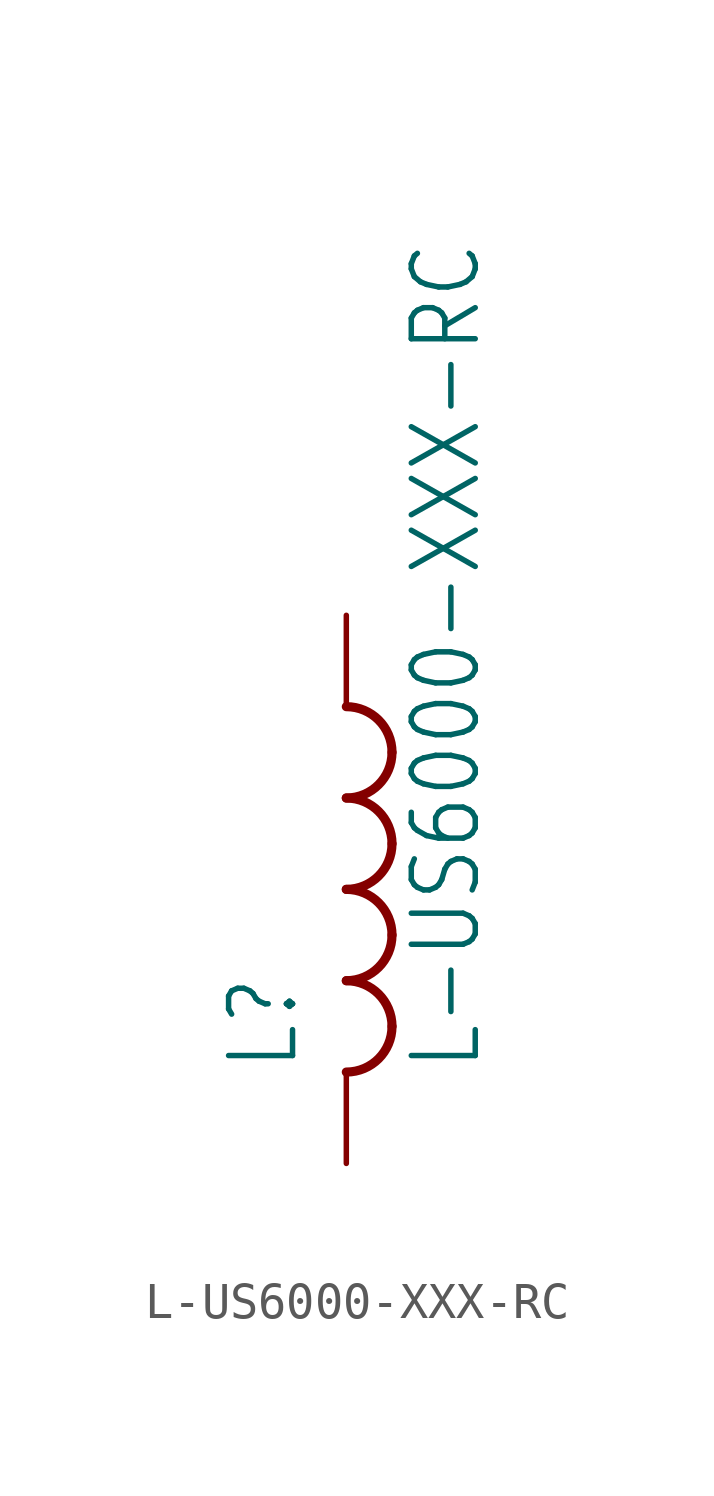
<source format=kicad_sym>
(kicad_symbol_lib
  (version 20211014)
  (generator kicad_symbol_editor)
  (symbol "L-US6000-XXX-RC"
    (property "Reference" "L"
      (at -1.27 -5.08 90)
      (effects (font (size 1.778 1.511)) (justify left bottom)))
    (property "Value" "L-US6000-XXX-RC"
      (at 3.81 -5.08 90)
      (effects (font (size 1.778 1.511)) (justify left bottom)))
    (property "ki_locked" ""
      (at 0 0 0)
      (effects (font (size 1.27 1.27))))
    (symbol "L-US6000-XXX-RC_1_0"
      (arc (start 0 -5.08) (mid 0.898 -4.708) (end 1.27 -3.81) (stroke (width 0.254) (type default) (color 0 0 0 0)) (fill (type none)))
      (arc (start 0 -2.54) (mid 0.898 -2.168) (end 1.27 -1.27) (stroke (width 0.254) (type default) (color 0 0 0 0)) (fill (type none)))
      (arc (start 0 0) (mid 0.898 0.372) (end 1.27 1.27) (stroke (width 0.254) (type default) (color 0 0 0 0)) (fill (type none)))
      (arc (start 0 2.54) (mid 0.898 2.912) (end 1.27 3.81) (stroke (width 0.254) (type default) (color 0 0 0 0)) (fill (type none)))
      (arc (start 1.27 -3.81) (mid 0.898 -2.912) (end 0 -2.54) (stroke (width 0.254) (type default) (color 0 0 0 0)) (fill (type none)))
      (arc (start 1.27 -1.27) (mid 0.898 -0.372) (end 0 0) (stroke (width 0.254) (type default) (color 0 0 0 0)) (fill (type none)))
      (arc (start 1.27 1.27) (mid 0.898 2.168) (end 0 2.54) (stroke (width 0.254) (type default) (color 0 0 0 0)) (fill (type none)))
      (arc (start 1.27 3.81) (mid 0.898 4.708) (end 0 5.08) (stroke (width 0.254) (type default) (color 0 0 0 0)) (fill (type none)))
      (pin passive line (at 0 7.62 270) (length 2.54) (name "1" (effects (font (size 0 0)))) (number "1" (effects (font (size 0 0)))))
      (pin passive line (at 0 -7.62 90) (length 2.54) (name "2" (effects (font (size 0 0)))) (number "2" (effects (font (size 0 0))))))))
</source>
